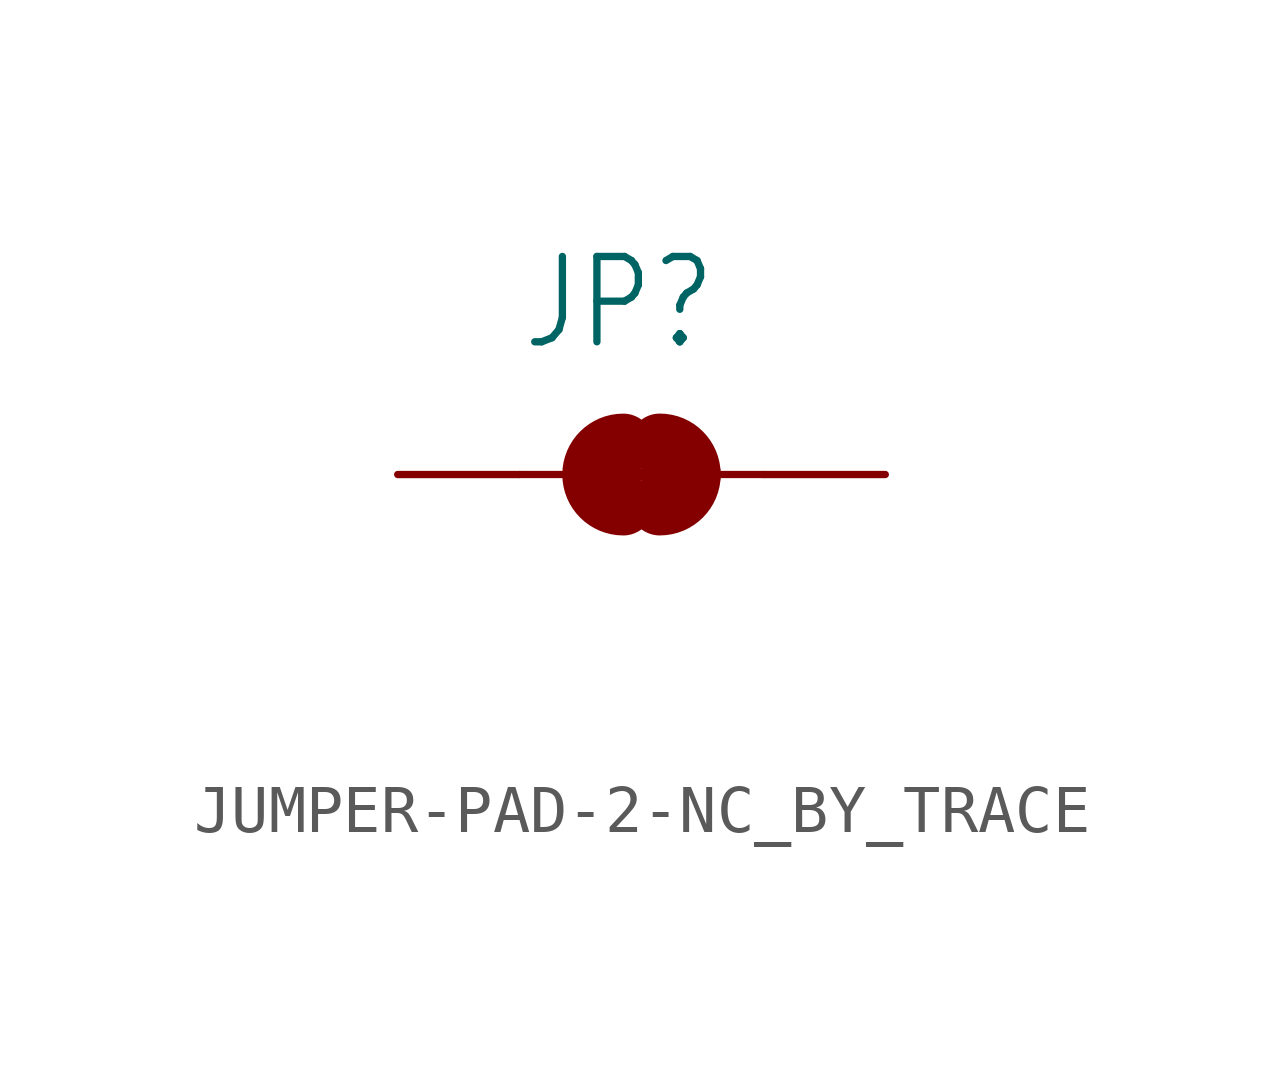
<source format=kicad_sym>
(kicad_symbol_lib
  (version 20220914)
  (generator kicad_symbol_editor)
  (symbol "JUMPER-PAD-2-NC_BY_TRACE"
    (property "Reference" "JP"
      (at -2.54 2.54 0)
      (effects (font (size 1.778 1.511)) (justify left bottom)))
    (property "Value" ""
      (at -2.54 -5.08 0)
      (effects (font (size 1.778 1.511)) (justify left bottom)))
    (property "ki_locked" ""
      (at 0 0 0)
      (effects (font (size 1.27 1.27))))
    (symbol "JUMPER-PAD-2-NC_BY_TRACE_1_0"
      (arc (start -0.3808 0.635) (mid -1.0159 0.0001) (end -0.381 -0.635) (stroke (width 1.27) (type solid)) (fill (type none)))
      (polyline (pts (xy -2.54 0) (xy -1.651 0)) (stroke (width 0.152) (type solid)) (fill (type none)))
      (polyline (pts (xy -0.762 0) (xy 1.016 0)) (stroke (width 0.254) (type solid)) (fill (type none)))
      (polyline (pts (xy 2.54 0) (xy 1.651 0)) (stroke (width 0.152) (type solid)) (fill (type none)))
      (arc (start 0.3809 -0.6351) (mid 0.83 -0.4491) (end 1.016 0) (stroke (width 1.27) (type solid)) (fill (type none)))
      (arc (start 1.0159 -0.0001) (mid 0.83 0.4489) (end 0.381 0.635) (stroke (width 1.27) (type solid)) (fill (type none)))
      (pin passive line (at -5.08 0 0) (length 2.54) (name "1" (effects (font (size 0 0)))) (number "1" (effects (font (size 0 0)))))
      (pin passive line (at 5.08 0 180) (length 2.54) (name "2" (effects (font (size 0 0)))) (number "2" (effects (font (size 0 0))))))))
</source>
